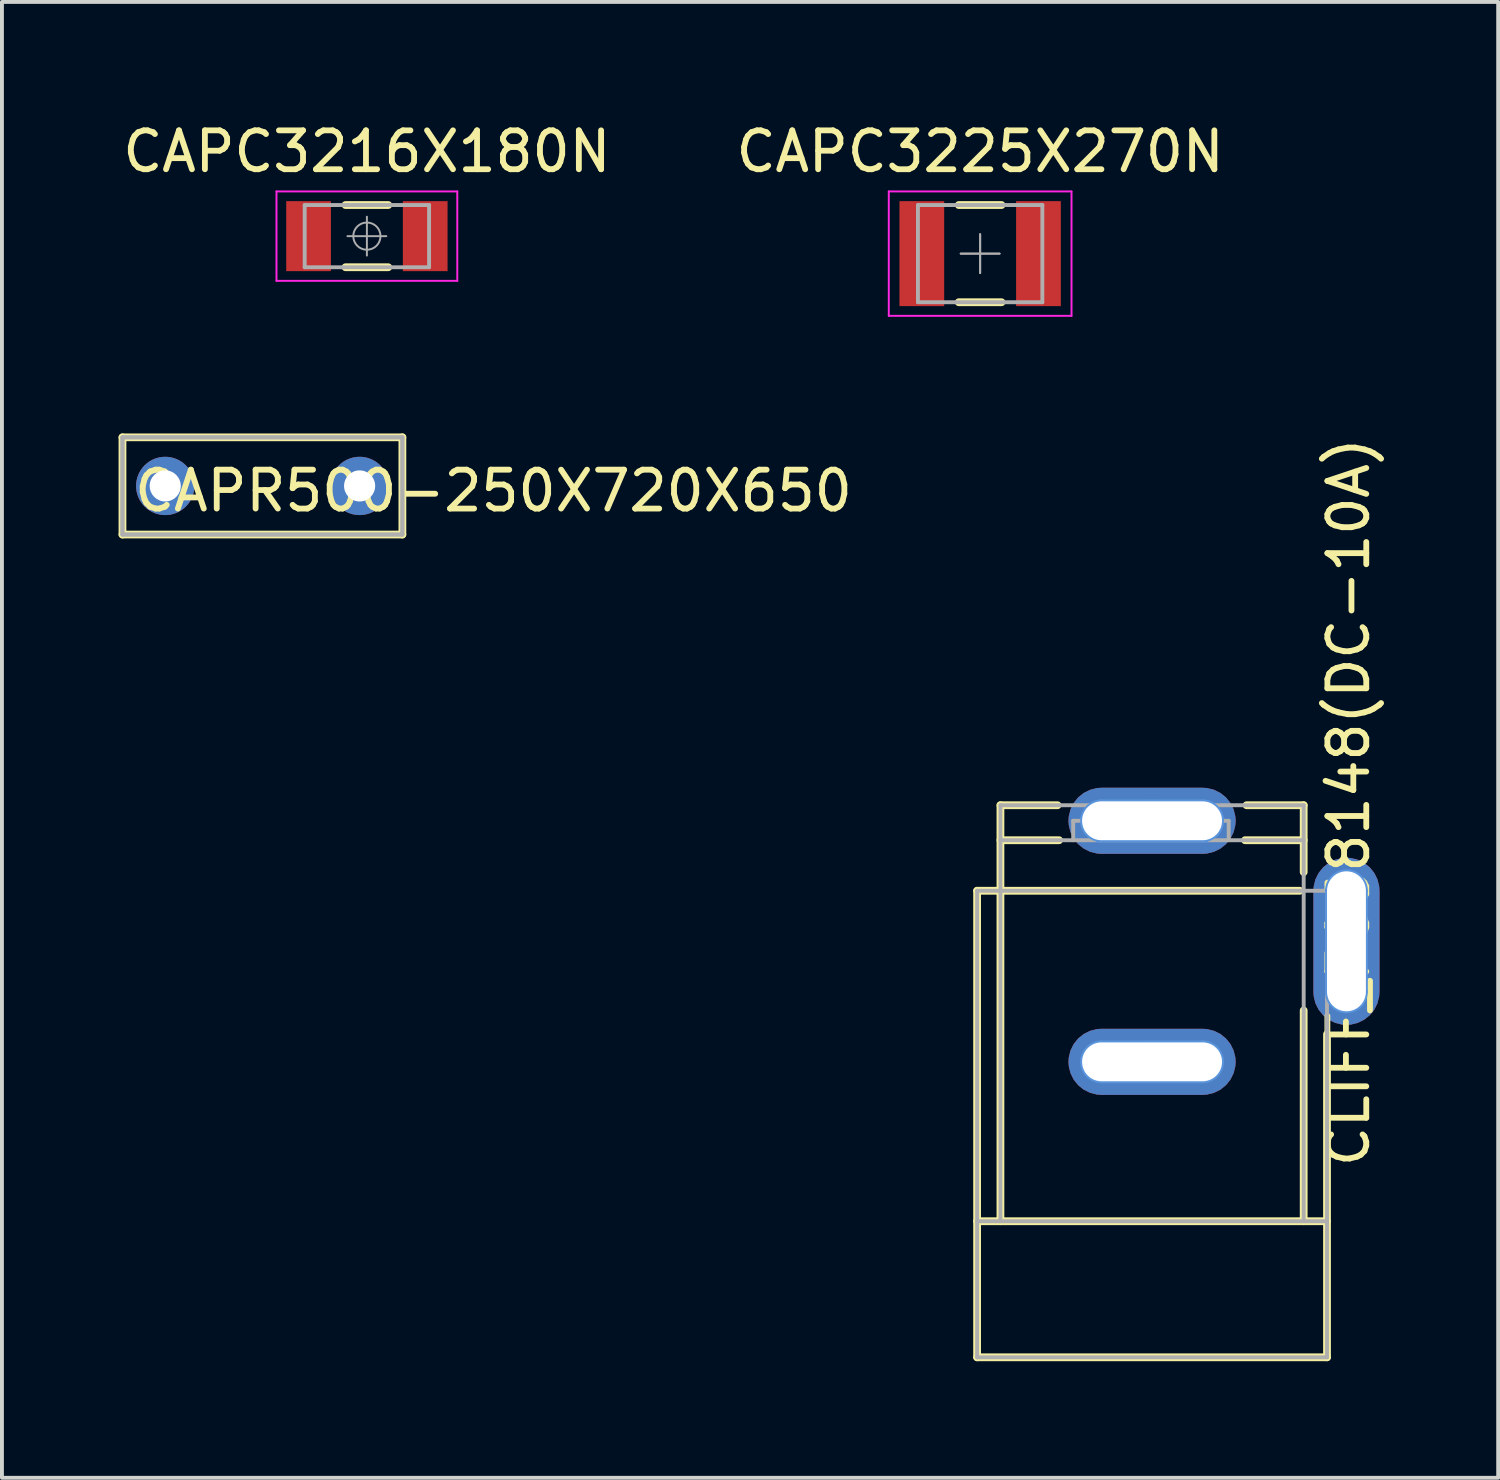
<source format=kicad_pcb>
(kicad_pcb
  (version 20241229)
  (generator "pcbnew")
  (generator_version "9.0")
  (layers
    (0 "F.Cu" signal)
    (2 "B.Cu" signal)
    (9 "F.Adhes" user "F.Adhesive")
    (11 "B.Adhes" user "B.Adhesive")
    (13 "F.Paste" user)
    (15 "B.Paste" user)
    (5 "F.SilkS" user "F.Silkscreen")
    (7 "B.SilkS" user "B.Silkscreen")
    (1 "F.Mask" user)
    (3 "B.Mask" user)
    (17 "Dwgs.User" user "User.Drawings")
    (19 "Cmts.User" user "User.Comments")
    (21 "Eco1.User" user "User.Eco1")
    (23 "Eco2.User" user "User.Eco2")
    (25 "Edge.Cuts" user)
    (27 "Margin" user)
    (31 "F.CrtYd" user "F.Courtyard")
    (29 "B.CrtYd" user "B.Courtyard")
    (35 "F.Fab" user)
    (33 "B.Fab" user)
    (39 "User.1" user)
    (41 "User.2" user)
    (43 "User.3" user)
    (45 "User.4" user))
  (footprint "CAPC3216X180N"
    (layer "F.Cu")
    (at 6.387 3.024)
    (property "Reference" "CAPC3216X180N" (at 0 -2.176 0) (layer "F.SilkS") (effects (font (size 1 1) (thickness 0.15))))
    (attr smd)
    (fp_line (start -0.55 -0.8) (end 0.55 -0.8) (stroke (width 0.2) (type solid)) (layer "F.SilkS"))
    (fp_line (start -0.55 0.8) (end 0.55 0.8) (stroke (width 0.2) (type solid)) (layer "F.SilkS"))
    (fp_line (start -2.325 -1.15) (end 2.325 -1.15) (stroke (width 0.05) (type solid)) (layer "F.CrtYd"))
    (fp_line (start -2.325 1.15) (end -2.325 -1.15) (stroke (width 0.05) (type solid)) (layer "F.CrtYd"))
    (fp_line (start -2.325 1.15) (end 2.325 1.15) (stroke (width 0.05) (type solid)) (layer "F.CrtYd"))
    (fp_line (start 2.325 1.15) (end 2.325 -1.15) (stroke (width 0.05) (type solid)) (layer "F.CrtYd"))
    (fp_line (start -1.6 -0.8) (end 1.6 -0.8) (stroke (width 0.1) (type solid)) (layer "F.Fab"))
    (fp_line (start -1.6 0.8) (end -1.6 -0.8) (stroke (width 0.1) (type solid)) (layer "F.Fab"))
    (fp_line (start -1.6 0.8) (end 1.6 0.8) (stroke (width 0.1) (type solid)) (layer "F.Fab"))
    (fp_line (start -0.5 0) (end 0.5 0) (stroke (width 0.05) (type solid)) (layer "F.Fab"))
    (fp_line (start 0 0.5) (end 0 -0.5) (stroke (width 0.05) (type solid)) (layer "F.Fab"))
    (fp_line (start 1.6 0.8) (end 1.6 -0.8) (stroke (width 0.1) (type solid)) (layer "F.Fab"))
    (fp_circle (center 0 0) (end 0.35 0) (stroke (width 0.05) (type solid)) (fill no) (layer "F.Fab"))
    (pad "1" smd rect (at -1.5 0 90) (size 1.8 1.15) (layers "F.Cu" "F.Mask" "F.Paste"))
    (pad "2" smd rect (at 1.5 0 90) (size 1.8 1.15) (layers "F.Cu" "F.Mask" "F.Paste")))
  (footprint "CAPR500-250X720X650"
    (layer "F.Cu")
    (at 3.7 9.449)
    (property "Reference" "CAPR500-250X720X650" (at 5.944 0.127 0) (layer "F.SilkS") (effects (font (size 1 1) (thickness 0.15))))
    (attr through_hole)
    (fp_line (start -3.6 -1.25) (end 3.6 -1.25) (stroke (width 0.2) (type solid)) (layer "F.SilkS"))
    (fp_line (start -3.6 1.25) (end -3.6 -1.25) (stroke (width 0.2) (type solid)) (layer "F.SilkS"))
    (fp_line (start -3.6 1.25) (end 3.6 1.25) (stroke (width 0.2) (type solid)) (layer "F.SilkS"))
    (fp_line (start 3.6 1.25) (end 3.6 -1.25) (stroke (width 0.2) (type solid)) (layer "F.SilkS"))
    (fp_line (start -3.6 -1.25) (end 3.6 -1.25) (stroke (width 0.1) (type solid)) (layer "F.Fab"))
    (fp_line (start -3.6 -1.25) (end 3.6 -1.25) (stroke (width 0.1) (type solid)) (layer "F.Fab"))
    (fp_line (start -3.6 1.25) (end -3.6 -1.25) (stroke (width 0.1) (type solid)) (layer "F.Fab"))
    (fp_line (start -3.6 1.25) (end -3.6 -1.25) (stroke (width 0.1) (type solid)) (layer "F.Fab"))
    (fp_line (start -3.6 1.25) (end 3.6 1.25) (stroke (width 0.1) (type solid)) (layer "F.Fab"))
    (fp_line (start -3.6 1.25) (end 3.6 1.25) (stroke (width 0.1) (type solid)) (layer "F.Fab"))
    (fp_line (start 3.6 1.25) (end 3.6 -1.25) (stroke (width 0.1) (type solid)) (layer "F.Fab"))
    (fp_line (start 3.6 1.25) (end 3.6 -1.25) (stroke (width 0.1) (type solid)) (layer "F.Fab"))
    (pad "1" thru_hole circle (at -2.5 0) (size 1.5 1.5) (drill 0.8) (layers "*.Cu" "*.Mask"))
    (pad "2" thru_hole circle (at 2.5 0) (size 1.5 1.5) (drill 0.8) (layers "*.Cu" "*.Mask")))
  (footprint "CLIFF_FC68148(DC-10A)"
    (layer "F.Cu")
    (at 26.583 24.262)
    (property "Reference" "CLIFF_FC68148(DC-10A)" (at 5.055 -6.68 270) (layer "F.SilkS") (effects (font (size 1 1) (thickness 0.15))))
    (attr through_hole)
    (fp_line (start -4.5 -4.4) (end 3.8 -4.4) (stroke (width 0.2) (type solid)) (layer "F.SilkS"))
    (fp_line (start -4.5 4.1) (end 4.5 4.1) (stroke (width 0.2) (type solid)) (layer "F.SilkS"))
    (fp_line (start -4.5 7.6) (end -4.5 -4.4) (stroke (width 0.2) (type solid)) (layer "F.SilkS"))
    (fp_line (start -4.5 7.6) (end 4.5 7.6) (stroke (width 0.2) (type solid)) (layer "F.SilkS"))
    (fp_line (start -3.9 -6.6) (end -2.431 -6.6) (stroke (width 0.2) (type solid)) (layer "F.SilkS"))
    (fp_line (start -3.9 -5.7) (end -2.391 -5.7) (stroke (width 0.2) (type solid)) (layer "F.SilkS"))
    (fp_line (start -3.9 4.1) (end -3.9 -6.6) (stroke (width 0.2) (type solid)) (layer "F.SilkS"))
    (fp_line (start 2.391 -5.7) (end 3.9 -5.7) (stroke (width 0.2) (type solid)) (layer "F.SilkS"))
    (fp_line (start 2.431 -6.6) (end 3.9 -6.6) (stroke (width 0.2) (type solid)) (layer "F.SilkS"))
    (fp_line (start 3.9 -4.88) (end 3.9 -6.6) (stroke (width 0.2) (type solid)) (layer "F.SilkS"))
    (fp_line (start 3.9 4.1) (end 3.9 -1.32) (stroke (width 0.2) (type solid)) (layer "F.SilkS"))
    (fp_line (start 4.5 7.6) (end 4.5 -0.709) (stroke (width 0.2) (type solid)) (layer "F.SilkS"))
    (fp_line (start -1.5 -0.1) (end 1.5 -0.1) (stroke (width 0.1) (type solid)) (layer "Cmts.User"))
    (fp_line (start -1.5 0.1) (end -1.5 -0.1) (stroke (width 0.1) (type solid)) (layer "Cmts.User"))
    (fp_line (start -1.5 0.1) (end 1.5 0.1) (stroke (width 0.1) (type solid)) (layer "Cmts.User"))
    (fp_line (start -1.4 -6.2) (end 1.4 -6.2) (stroke (width 0.1) (type solid)) (layer "Cmts.User"))
    (fp_line (start -1.4 -5.7) (end -1.4 -6.2) (stroke (width 0.1) (type solid)) (layer "Cmts.User"))
    (fp_line (start -1.4 -5.7) (end 1.4 -5.7) (stroke (width 0.1) (type solid)) (layer "Cmts.User"))
    (fp_line (start -1.3 -6.7) (end 1.3 -6.7) (stroke (width 0.1) (type solid)) (layer "Cmts.User"))
    (fp_line (start -1.3 -5.7) (end 1.3 -5.7) (stroke (width 0.1) (type solid)) (layer "Cmts.User"))
    (fp_line (start -1.3 -0.5) (end 1.3 -0.5) (stroke (width 0.1) (type solid)) (layer "Cmts.User"))
    (fp_line (start -1.3 0.5) (end 1.3 0.5) (stroke (width 0.1) (type solid)) (layer "Cmts.User"))
    (fp_line (start -0.5 -6.2) (end 0 -6.2) (stroke (width 0.1) (type solid)) (layer "Cmts.User"))
    (fp_line (start -0.5 0) (end 0 0) (stroke (width 0.1) (type solid)) (layer "Cmts.User"))
    (fp_line (start 0 -6.2) (end 0 -6.7) (stroke (width 0.1) (type solid)) (layer "Cmts.User"))
    (fp_line (start 0 -6.2) (end 0.5 -6.2) (stroke (width 0.1) (type solid)) (layer "Cmts.User"))
    (fp_line (start 0 -5.7) (end 0 -6.2) (stroke (width 0.1) (type solid)) (layer "Cmts.User"))
    (fp_line (start 0 0) (end 0 -0.5) (stroke (width 0.1) (type solid)) (layer "Cmts.User"))
    (fp_line (start 0 0) (end 0.5 0) (stroke (width 0.1) (type solid)) (layer "Cmts.User"))
    (fp_line (start 0 0.5) (end 0 0) (stroke (width 0.1) (type solid)) (layer "Cmts.User"))
    (fp_line (start 1.4 -5.7) (end 1.4 -6.2) (stroke (width 0.1) (type solid)) (layer "Cmts.User"))
    (fp_line (start 1.5 0.1) (end 1.5 -0.1) (stroke (width 0.1) (type solid)) (layer "Cmts.User"))
    (fp_line (start 4.5 -3.1) (end 5 -3.1) (stroke (width 0.1) (type solid)) (layer "Cmts.User"))
    (fp_line (start 4.5 -1.8) (end 4.5 -4.4) (stroke (width 0.1) (type solid)) (layer "Cmts.User"))
    (fp_line (start 5 -3.1) (end 5 -3.6) (stroke (width 0.1) (type solid)) (layer "Cmts.User"))
    (fp_line (start 5 -3.1) (end 5.5 -3.1) (stroke (width 0.1) (type solid)) (layer "Cmts.User"))
    (fp_line (start 5 -2.6) (end 5 -3.1) (stroke (width 0.1) (type solid)) (layer "Cmts.User"))
    (fp_line (start 5.5 -1.8) (end 5.5 -4.4) (stroke (width 0.1) (type solid)) (layer "Cmts.User"))
    (fp_arc (start -1.3 -5.7) (mid -1.8 -6.2) (end -1.3 -6.7) (stroke (width 0.1) (type solid)) (layer "Cmts.User"))
    (fp_arc (start -1.3 0.5) (mid -1.8 0) (end -1.3 -0.5) (stroke (width 0.1) (type solid)) (layer "Cmts.User"))
    (fp_arc (start 1.3 -6.7) (mid 1.8 -6.2) (end 1.3 -5.7) (stroke (width 0.1) (type solid)) (layer "Cmts.User"))
    (fp_arc (start 1.3 -0.5) (mid 1.8 0) (end 1.3 0.5) (stroke (width 0.1) (type solid)) (layer "Cmts.User"))
    (fp_arc (start 4.5 -4.4) (mid 5 -4.9) (end 5.5 -4.4) (stroke (width 0.1) (type solid)) (layer "Cmts.User"))
    (fp_arc (start 5.5 -1.8) (mid 5 -1.3) (end 4.5 -1.8) (stroke (width 0.1) (type solid)) (layer "Cmts.User"))
    (fp_line (start -4.5 -4.4) (end 5.2 -4.4) (stroke (width 0.1) (type solid)) (layer "F.Fab"))
    (fp_line (start -4.5 4.1) (end 4.5 4.1) (stroke (width 0.1) (type solid)) (layer "F.Fab"))
    (fp_line (start -4.5 7.6) (end -4.5 -4.4) (stroke (width 0.1) (type solid)) (layer "F.Fab"))
    (fp_line (start -4.5 7.6) (end 4.5 7.6) (stroke (width 0.1) (type solid)) (layer "F.Fab"))
    (fp_line (start -3.9 -6.6) (end -1.4 -6.6) (stroke (width 0.1) (type solid)) (layer "F.Fab"))
    (fp_line (start -3.9 -5.7) (end 3.9 -5.7) (stroke (width 0.1) (type solid)) (layer "F.Fab"))
    (fp_line (start -3.9 4.1) (end -3.9 -6.6) (stroke (width 0.1) (type solid)) (layer "F.Fab"))
    (fp_line (start -2.029 -6.2) (end 1.971 -6.2) (stroke (width 0.1) (type solid)) (layer "F.Fab"))
    (fp_line (start -2.029 -5.7) (end -2.029 -6.2) (stroke (width 0.1) (type solid)) (layer "F.Fab"))
    (fp_line (start -1.4 -6.2) (end -1.4 -6.6) (stroke (width 0.1) (type solid)) (layer "F.Fab"))
    (fp_line (start -1.025 -6.5) (end 0.975 -6.5) (stroke (width 0.1) (type solid)) (layer "F.Fab"))
    (fp_line (start 1.4 -6.6) (end 3.9 -6.6) (stroke (width 0.1) (type solid)) (layer "F.Fab"))
    (fp_line (start 1.4 -6.2) (end 1.4 -6.6) (stroke (width 0.1) (type solid)) (layer "F.Fab"))
    (fp_line (start 1.971 -5.7) (end 1.971 -6.2) (stroke (width 0.1) (type solid)) (layer "F.Fab"))
    (fp_line (start 3.9 4.1) (end 3.9 -6.6) (stroke (width 0.1) (type solid)) (layer "F.Fab"))
    (fp_line (start 4.5 -1.9) (end 5.2 -1.9) (stroke (width 0.1) (type solid)) (layer "F.Fab"))
    (fp_line (start 4.5 7.6) (end 4.5 -4.4) (stroke (width 0.1) (type solid)) (layer "F.Fab"))
    (fp_line (start 5 -1.9) (end 5 -4.4) (stroke (width 0.1) (type solid)) (layer "F.Fab"))
    (fp_line (start 5.2 -1.9) (end 5.2 -4.4) (stroke (width 0.1) (type solid)) (layer "F.Fab"))
    (fp_arc (start -1.371594 -6.198711) (mid -1.254621 -6.414149) (end -1.025 -6.5) (stroke (width 0.1) (type solid)) (layer "F.Fab"))
    (fp_arc (start 0.96578 -6.500582) (mid 1.196082 -6.415388) (end 1.314 -6.2) (stroke (width 0.1) (type solid)) (layer "F.Fab"))
    (pad "1" thru_hole roundrect (at 0 -6.2) (size 4.3 1.7) (drill oval 3.6 1) (layers "*.Cu" "*.Mask") (roundrect_rratio 0.5))
    (pad "2" thru_hole roundrect (at 5 -3.1 90) (size 4.3 1.7) (drill oval 3.6 1) (layers "*.Cu" "*.Mask") (roundrect_rratio 0.5))
    (pad "3" thru_hole roundrect (at 0 0 180) (size 4.3 1.7) (drill oval 3.6 1) (layers "*.Cu" "*.Mask") (roundrect_rratio 0.5)))
  (footprint "CAPC3225X270N"
    (layer "F.Cu")
    (at 22.161 3.474)
    (property "Reference" "CAPC3225X270N" (at 0 -2.626 0) (layer "F.SilkS") (effects (font (size 1 1) (thickness 0.15))))
    (attr smd)
    (fp_line (start -0.55 -1.25) (end 0.55 -1.25) (stroke (width 0.2) (type solid)) (layer "F.SilkS"))
    (fp_line (start -0.55 1.25) (end 0.55 1.25) (stroke (width 0.2) (type solid)) (layer "F.SilkS"))
    (fp_line (start -2.35 -1.6) (end 2.35 -1.6) (stroke (width 0.05) (type solid)) (layer "F.CrtYd"))
    (fp_line (start -2.35 1.6) (end -2.35 -1.6) (stroke (width 0.05) (type solid)) (layer "F.CrtYd"))
    (fp_line (start -2.35 1.6) (end 2.35 1.6) (stroke (width 0.05) (type solid)) (layer "F.CrtYd"))
    (fp_line (start 2.35 1.6) (end 2.35 -1.6) (stroke (width 0.05) (type solid)) (layer "F.CrtYd"))
    (fp_line (start -1.6 -1.25) (end 1.6 -1.25) (stroke (width 0.1) (type solid)) (layer "F.Fab"))
    (fp_line (start -1.6 1.25) (end -1.6 -1.25) (stroke (width 0.1) (type solid)) (layer "F.Fab"))
    (fp_line (start -1.6 1.25) (end 1.6 1.25) (stroke (width 0.1) (type solid)) (layer "F.Fab"))
    (fp_line (start -0.5 0) (end 0.5 0) (stroke (width 0.05) (type solid)) (layer "F.Fab"))
    (fp_line (start -0.5 0) (end 0.5 0) (stroke (width 0.05) (type solid)) (layer "F.Fab"))
    (fp_line (start 0 0.5) (end 0 -0.5) (stroke (width 0.05) (type solid)) (layer "F.Fab"))
    (fp_line (start 0 0.5) (end 0 -0.5) (stroke (width 0.05) (type solid)) (layer "F.Fab"))
    (fp_line (start 1.6 1.25) (end 1.6 -1.25) (stroke (width 0.1) (type solid)) (layer "F.Fab"))
    (pad "1" smd rect (at -1.5 0 90) (size 2.7 1.15) (layers "F.Cu" "F.Mask" "F.Paste"))
    (pad "2" smd rect (at 1.5 0 90) (size 2.7 1.15) (layers "F.Cu" "F.Mask" "F.Paste")))
  (gr_rect
    (start -3 -3)
    (end 35.486 34.962)
    (stroke (width 0.1) (type default))
    (fill no)
    (layer "Edge.Cuts")))
</source>
